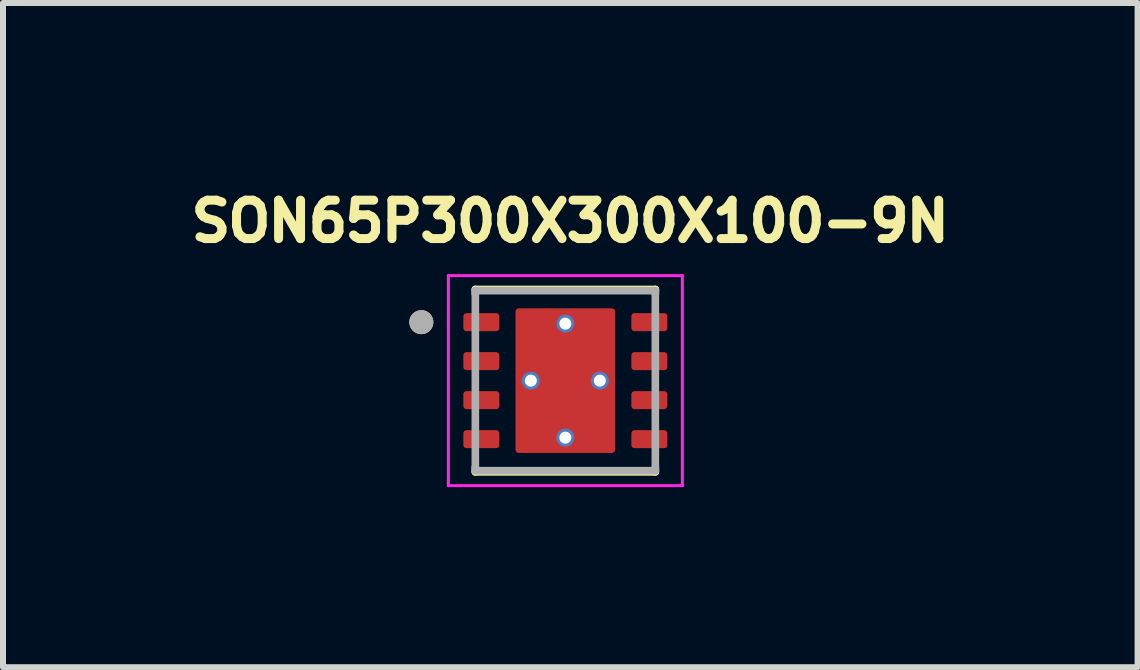
<source format=kicad_pcb>
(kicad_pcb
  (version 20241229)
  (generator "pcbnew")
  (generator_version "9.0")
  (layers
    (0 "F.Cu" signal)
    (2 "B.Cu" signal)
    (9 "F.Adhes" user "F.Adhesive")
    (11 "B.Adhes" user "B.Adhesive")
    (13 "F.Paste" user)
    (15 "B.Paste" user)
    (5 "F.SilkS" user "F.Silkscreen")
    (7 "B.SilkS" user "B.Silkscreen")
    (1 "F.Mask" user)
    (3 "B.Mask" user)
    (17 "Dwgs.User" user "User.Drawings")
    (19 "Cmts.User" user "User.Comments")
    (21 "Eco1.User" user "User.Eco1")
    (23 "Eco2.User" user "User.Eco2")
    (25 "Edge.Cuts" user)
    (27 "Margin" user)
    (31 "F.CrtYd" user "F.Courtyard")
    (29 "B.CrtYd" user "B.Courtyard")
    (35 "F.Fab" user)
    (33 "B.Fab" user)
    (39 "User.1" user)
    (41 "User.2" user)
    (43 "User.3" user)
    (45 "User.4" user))
  (footprint "SON65P300X300X100-9N"
    (layer "F.Cu")
    (at 6.372 3.294)
    (property "Reference" "SON65P300X300X100-9N" (at 0.082 -2.656 0) (layer "F.SilkS") (effects (font (size 0.64 0.64) (thickness 0.15))))
    (attr smd)
    (fp_poly (pts (xy -1.72 -1.195) (xy -1.08 -1.195) (xy -1.077 -1.195) (xy -1.075 -1.195) (xy -1.072 -1.194) (xy -1.07 -1.194) (xy -1.067 -1.193) (xy -1.065 -1.193) (xy -1.062 -1.192) (xy -1.06 -1.191) (xy -1.057 -1.19) (xy -1.055 -1.188) (xy -1.053 -1.187) (xy -1.051 -1.185) (xy -1.049 -1.184) (xy -1.047 -1.182) (xy -1.045 -1.18) (xy -1.043 -1.178) (xy -1.041 -1.176) (xy -1.04 -1.174) (xy -1.038 -1.172) (xy -1.037 -1.17) (xy -1.035 -1.168) (xy -1.034 -1.165) (xy -1.033 -1.163) (xy -1.032 -1.16) (xy -1.032 -1.158) (xy -1.031 -1.155) (xy -1.031 -1.153) (xy -1.03 -1.15) (xy -1.03 -1.148) (xy -1.03 -1.145) (xy -1.03 -0.805) (xy -1.03 -0.802) (xy -1.03 -0.8) (xy -1.031 -0.797) (xy -1.031 -0.795) (xy -1.032 -0.792) (xy -1.032 -0.79) (xy -1.033 -0.787) (xy -1.034 -0.785) (xy -1.035 -0.782) (xy -1.037 -0.78) (xy -1.038 -0.778) (xy -1.04 -0.776) (xy -1.041 -0.774) (xy -1.043 -0.772) (xy -1.045 -0.77) (xy -1.047 -0.768) (xy -1.049 -0.766) (xy -1.051 -0.765) (xy -1.053 -0.763) (xy -1.055 -0.762) (xy -1.057 -0.76) (xy -1.06 -0.759) (xy -1.062 -0.758) (xy -1.065 -0.757) (xy -1.067 -0.757) (xy -1.07 -0.756) (xy -1.072 -0.756) (xy -1.075 -0.755) (xy -1.077 -0.755) (xy -1.08 -0.755) (xy -1.72 -0.755) (xy -1.723 -0.755) (xy -1.725 -0.755) (xy -1.728 -0.756) (xy -1.73 -0.756) (xy -1.733 -0.757) (xy -1.735 -0.757) (xy -1.738 -0.758) (xy -1.74 -0.759) (xy -1.743 -0.76) (xy -1.745 -0.762) (xy -1.747 -0.763) (xy -1.749 -0.765) (xy -1.751 -0.766) (xy -1.753 -0.768) (xy -1.755 -0.77) (xy -1.757 -0.772) (xy -1.759 -0.774) (xy -1.76 -0.776) (xy -1.762 -0.778) (xy -1.763 -0.78) (xy -1.765 -0.782) (xy -1.766 -0.785) (xy -1.767 -0.787) (xy -1.768 -0.79) (xy -1.768 -0.792) (xy -1.769 -0.795) (xy -1.769 -0.797) (xy -1.77 -0.8) (xy -1.77 -0.802) (xy -1.77 -0.805) (xy -1.77 -1.145) (xy -1.77 -1.148) (xy -1.77 -1.15) (xy -1.769 -1.153) (xy -1.769 -1.155) (xy -1.768 -1.158) (xy -1.768 -1.16) (xy -1.767 -1.163) (xy -1.766 -1.165) (xy -1.765 -1.168) (xy -1.763 -1.17) (xy -1.762 -1.172) (xy -1.76 -1.174) (xy -1.759 -1.176) (xy -1.757 -1.178) (xy -1.755 -1.18) (xy -1.753 -1.182) (xy -1.751 -1.184) (xy -1.749 -1.185) (xy -1.747 -1.187) (xy -1.745 -1.188) (xy -1.743 -1.19) (xy -1.74 -1.191) (xy -1.738 -1.192) (xy -1.735 -1.193) (xy -1.733 -1.193) (xy -1.73 -1.194) (xy -1.728 -1.194) (xy -1.725 -1.195) (xy -1.723 -1.195) (xy -1.72 -1.195)) (stroke (width 0.01) (type solid)) (fill yes) (layer "F.Mask"))
    (fp_poly (pts (xy -1.72 -0.545) (xy -1.08 -0.545) (xy -1.077 -0.545) (xy -1.075 -0.545) (xy -1.072 -0.544) (xy -1.07 -0.544) (xy -1.067 -0.543) (xy -1.065 -0.543) (xy -1.062 -0.542) (xy -1.06 -0.541) (xy -1.057 -0.54) (xy -1.055 -0.538) (xy -1.053 -0.537) (xy -1.051 -0.535) (xy -1.049 -0.534) (xy -1.047 -0.532) (xy -1.045 -0.53) (xy -1.043 -0.528) (xy -1.041 -0.526) (xy -1.04 -0.524) (xy -1.038 -0.522) (xy -1.037 -0.52) (xy -1.035 -0.518) (xy -1.034 -0.515) (xy -1.033 -0.513) (xy -1.032 -0.51) (xy -1.032 -0.508) (xy -1.031 -0.505) (xy -1.031 -0.503) (xy -1.03 -0.5) (xy -1.03 -0.498) (xy -1.03 -0.495) (xy -1.03 -0.155) (xy -1.03 -0.152) (xy -1.03 -0.15) (xy -1.031 -0.147) (xy -1.031 -0.145) (xy -1.032 -0.142) (xy -1.032 -0.14) (xy -1.033 -0.137) (xy -1.034 -0.135) (xy -1.035 -0.132) (xy -1.037 -0.13) (xy -1.038 -0.128) (xy -1.04 -0.126) (xy -1.041 -0.124) (xy -1.043 -0.122) (xy -1.045 -0.12) (xy -1.047 -0.118) (xy -1.049 -0.116) (xy -1.051 -0.115) (xy -1.053 -0.113) (xy -1.055 -0.112) (xy -1.057 -0.11) (xy -1.06 -0.109) (xy -1.062 -0.108) (xy -1.065 -0.107) (xy -1.067 -0.107) (xy -1.07 -0.106) (xy -1.072 -0.106) (xy -1.075 -0.105) (xy -1.077 -0.105) (xy -1.08 -0.105) (xy -1.72 -0.105) (xy -1.723 -0.105) (xy -1.725 -0.105) (xy -1.728 -0.106) (xy -1.73 -0.106) (xy -1.733 -0.107) (xy -1.735 -0.107) (xy -1.738 -0.108) (xy -1.74 -0.109) (xy -1.743 -0.11) (xy -1.745 -0.112) (xy -1.747 -0.113) (xy -1.749 -0.115) (xy -1.751 -0.116) (xy -1.753 -0.118) (xy -1.755 -0.12) (xy -1.757 -0.122) (xy -1.759 -0.124) (xy -1.76 -0.126) (xy -1.762 -0.128) (xy -1.763 -0.13) (xy -1.765 -0.132) (xy -1.766 -0.135) (xy -1.767 -0.137) (xy -1.768 -0.14) (xy -1.768 -0.142) (xy -1.769 -0.145) (xy -1.769 -0.147) (xy -1.77 -0.15) (xy -1.77 -0.152) (xy -1.77 -0.155) (xy -1.77 -0.495) (xy -1.77 -0.498) (xy -1.77 -0.5) (xy -1.769 -0.503) (xy -1.769 -0.505) (xy -1.768 -0.508) (xy -1.768 -0.51) (xy -1.767 -0.513) (xy -1.766 -0.515) (xy -1.765 -0.518) (xy -1.763 -0.52) (xy -1.762 -0.522) (xy -1.76 -0.524) (xy -1.759 -0.526) (xy -1.757 -0.528) (xy -1.755 -0.53) (xy -1.753 -0.532) (xy -1.751 -0.534) (xy -1.749 -0.535) (xy -1.747 -0.537) (xy -1.745 -0.538) (xy -1.743 -0.54) (xy -1.74 -0.541) (xy -1.738 -0.542) (xy -1.735 -0.543) (xy -1.733 -0.543) (xy -1.73 -0.544) (xy -1.728 -0.544) (xy -1.725 -0.545) (xy -1.723 -0.545) (xy -1.72 -0.545)) (stroke (width 0.01) (type solid)) (fill yes) (layer "F.Mask"))
    (fp_poly (pts (xy -1.72 0.105) (xy -1.08 0.105) (xy -1.077 0.105) (xy -1.075 0.105) (xy -1.072 0.106) (xy -1.07 0.106) (xy -1.067 0.107) (xy -1.065 0.107) (xy -1.062 0.108) (xy -1.06 0.109) (xy -1.057 0.11) (xy -1.055 0.112) (xy -1.053 0.113) (xy -1.051 0.115) (xy -1.049 0.116) (xy -1.047 0.118) (xy -1.045 0.12) (xy -1.043 0.122) (xy -1.041 0.124) (xy -1.04 0.126) (xy -1.038 0.128) (xy -1.037 0.13) (xy -1.035 0.132) (xy -1.034 0.135) (xy -1.033 0.137) (xy -1.032 0.14) (xy -1.032 0.142) (xy -1.031 0.145) (xy -1.031 0.147) (xy -1.03 0.15) (xy -1.03 0.152) (xy -1.03 0.155) (xy -1.03 0.495) (xy -1.03 0.498) (xy -1.03 0.5) (xy -1.031 0.503) (xy -1.031 0.505) (xy -1.032 0.508) (xy -1.032 0.51) (xy -1.033 0.513) (xy -1.034 0.515) (xy -1.035 0.518) (xy -1.037 0.52) (xy -1.038 0.522) (xy -1.04 0.524) (xy -1.041 0.526) (xy -1.043 0.528) (xy -1.045 0.53) (xy -1.047 0.532) (xy -1.049 0.534) (xy -1.051 0.535) (xy -1.053 0.537) (xy -1.055 0.538) (xy -1.057 0.54) (xy -1.06 0.541) (xy -1.062 0.542) (xy -1.065 0.543) (xy -1.067 0.543) (xy -1.07 0.544) (xy -1.072 0.544) (xy -1.075 0.545) (xy -1.077 0.545) (xy -1.08 0.545) (xy -1.72 0.545) (xy -1.723 0.545) (xy -1.725 0.545) (xy -1.728 0.544) (xy -1.73 0.544) (xy -1.733 0.543) (xy -1.735 0.543) (xy -1.738 0.542) (xy -1.74 0.541) (xy -1.743 0.54) (xy -1.745 0.538) (xy -1.747 0.537) (xy -1.749 0.535) (xy -1.751 0.534) (xy -1.753 0.532) (xy -1.755 0.53) (xy -1.757 0.528) (xy -1.759 0.526) (xy -1.76 0.524) (xy -1.762 0.522) (xy -1.763 0.52) (xy -1.765 0.518) (xy -1.766 0.515) (xy -1.767 0.513) (xy -1.768 0.51) (xy -1.768 0.508) (xy -1.769 0.505) (xy -1.769 0.503) (xy -1.77 0.5) (xy -1.77 0.498) (xy -1.77 0.495) (xy -1.77 0.155) (xy -1.77 0.152) (xy -1.77 0.15) (xy -1.769 0.147) (xy -1.769 0.145) (xy -1.768 0.142) (xy -1.768 0.14) (xy -1.767 0.137) (xy -1.766 0.135) (xy -1.765 0.132) (xy -1.763 0.13) (xy -1.762 0.128) (xy -1.76 0.126) (xy -1.759 0.124) (xy -1.757 0.122) (xy -1.755 0.12) (xy -1.753 0.118) (xy -1.751 0.116) (xy -1.749 0.115) (xy -1.747 0.113) (xy -1.745 0.112) (xy -1.743 0.11) (xy -1.74 0.109) (xy -1.738 0.108) (xy -1.735 0.107) (xy -1.733 0.107) (xy -1.73 0.106) (xy -1.728 0.106) (xy -1.725 0.105) (xy -1.723 0.105) (xy -1.72 0.105)) (stroke (width 0.01) (type solid)) (fill yes) (layer "F.Mask"))
    (fp_poly (pts (xy -1.72 0.755) (xy -1.08 0.755) (xy -1.077 0.755) (xy -1.075 0.755) (xy -1.072 0.756) (xy -1.07 0.756) (xy -1.067 0.757) (xy -1.065 0.757) (xy -1.062 0.758) (xy -1.06 0.759) (xy -1.057 0.76) (xy -1.055 0.762) (xy -1.053 0.763) (xy -1.051 0.765) (xy -1.049 0.766) (xy -1.047 0.768) (xy -1.045 0.77) (xy -1.043 0.772) (xy -1.041 0.774) (xy -1.04 0.776) (xy -1.038 0.778) (xy -1.037 0.78) (xy -1.035 0.782) (xy -1.034 0.785) (xy -1.033 0.787) (xy -1.032 0.79) (xy -1.032 0.792) (xy -1.031 0.795) (xy -1.031 0.797) (xy -1.03 0.8) (xy -1.03 0.802) (xy -1.03 0.805) (xy -1.03 1.145) (xy -1.03 1.148) (xy -1.03 1.15) (xy -1.031 1.153) (xy -1.031 1.155) (xy -1.032 1.158) (xy -1.032 1.16) (xy -1.033 1.163) (xy -1.034 1.165) (xy -1.035 1.168) (xy -1.037 1.17) (xy -1.038 1.172) (xy -1.04 1.174) (xy -1.041 1.176) (xy -1.043 1.178) (xy -1.045 1.18) (xy -1.047 1.182) (xy -1.049 1.184) (xy -1.051 1.185) (xy -1.053 1.187) (xy -1.055 1.188) (xy -1.057 1.19) (xy -1.06 1.191) (xy -1.062 1.192) (xy -1.065 1.193) (xy -1.067 1.193) (xy -1.07 1.194) (xy -1.072 1.194) (xy -1.075 1.195) (xy -1.077 1.195) (xy -1.08 1.195) (xy -1.72 1.195) (xy -1.723 1.195) (xy -1.725 1.195) (xy -1.728 1.194) (xy -1.73 1.194) (xy -1.733 1.193) (xy -1.735 1.193) (xy -1.738 1.192) (xy -1.74 1.191) (xy -1.743 1.19) (xy -1.745 1.188) (xy -1.747 1.187) (xy -1.749 1.185) (xy -1.751 1.184) (xy -1.753 1.182) (xy -1.755 1.18) (xy -1.757 1.178) (xy -1.759 1.176) (xy -1.76 1.174) (xy -1.762 1.172) (xy -1.763 1.17) (xy -1.765 1.168) (xy -1.766 1.165) (xy -1.767 1.163) (xy -1.768 1.16) (xy -1.768 1.158) (xy -1.769 1.155) (xy -1.769 1.153) (xy -1.77 1.15) (xy -1.77 1.148) (xy -1.77 1.145) (xy -1.77 0.805) (xy -1.77 0.802) (xy -1.77 0.8) (xy -1.769 0.797) (xy -1.769 0.795) (xy -1.768 0.792) (xy -1.768 0.79) (xy -1.767 0.787) (xy -1.766 0.785) (xy -1.765 0.782) (xy -1.763 0.78) (xy -1.762 0.778) (xy -1.76 0.776) (xy -1.759 0.774) (xy -1.757 0.772) (xy -1.755 0.77) (xy -1.753 0.768) (xy -1.751 0.766) (xy -1.749 0.765) (xy -1.747 0.763) (xy -1.745 0.762) (xy -1.743 0.76) (xy -1.74 0.759) (xy -1.738 0.758) (xy -1.735 0.757) (xy -1.733 0.757) (xy -1.73 0.756) (xy -1.728 0.756) (xy -1.725 0.755) (xy -1.723 0.755) (xy -1.72 0.755)) (stroke (width 0.01) (type solid)) (fill yes) (layer "F.Mask"))
    (fp_poly (pts (xy 0.895 -1.15) (xy 0.895 1.15) (xy 0.895 1.156) (xy 0.894 1.163) (xy 0.894 1.169) (xy 0.892 1.175) (xy 0.891 1.181) (xy 0.889 1.187) (xy 0.887 1.193) (xy 0.885 1.199) (xy 0.882 1.204) (xy 0.879 1.21) (xy 0.876 1.215) (xy 0.872 1.221) (xy 0.868 1.226) (xy 0.864 1.23) (xy 0.86 1.235) (xy 0.855 1.239) (xy 0.851 1.243) (xy 0.846 1.247) (xy 0.84 1.251) (xy 0.835 1.254) (xy 0.829 1.257) (xy 0.824 1.26) (xy 0.818 1.262) (xy 0.812 1.264) (xy 0.806 1.266) (xy 0.8 1.267) (xy 0.794 1.269) (xy 0.788 1.269) (xy 0.781 1.27) (xy 0.775 1.27) (xy -0.775 1.27) (xy -0.781 1.27) (xy -0.788 1.269) (xy -0.794 1.269) (xy -0.8 1.267) (xy -0.806 1.266) (xy -0.812 1.264) (xy -0.818 1.262) (xy -0.824 1.26) (xy -0.829 1.257) (xy -0.835 1.254) (xy -0.84 1.251) (xy -0.846 1.247) (xy -0.851 1.243) (xy -0.855 1.239) (xy -0.86 1.235) (xy -0.864 1.23) (xy -0.868 1.226) (xy -0.872 1.221) (xy -0.876 1.215) (xy -0.879 1.21) (xy -0.882 1.204) (xy -0.885 1.199) (xy -0.887 1.193) (xy -0.889 1.187) (xy -0.891 1.181) (xy -0.892 1.175) (xy -0.894 1.169) (xy -0.894 1.163) (xy -0.895 1.156) (xy -0.895 1.15) (xy -0.895 -1.15) (xy -0.895 -1.156) (xy -0.894 -1.163) (xy -0.894 -1.169) (xy -0.892 -1.175) (xy -0.891 -1.181) (xy -0.889 -1.187) (xy -0.887 -1.193) (xy -0.885 -1.199) (xy -0.882 -1.204) (xy -0.879 -1.21) (xy -0.876 -1.215) (xy -0.872 -1.221) (xy -0.868 -1.226) (xy -0.864 -1.23) (xy -0.86 -1.235) (xy -0.855 -1.239) (xy -0.851 -1.243) (xy -0.846 -1.247) (xy -0.84 -1.251) (xy -0.835 -1.254) (xy -0.829 -1.257) (xy -0.824 -1.26) (xy -0.818 -1.262) (xy -0.812 -1.264) (xy -0.806 -1.266) (xy -0.8 -1.267) (xy -0.794 -1.269) (xy -0.788 -1.269) (xy -0.781 -1.27) (xy -0.775 -1.27) (xy 0.775 -1.27) (xy 0.781 -1.27) (xy 0.788 -1.269) (xy 0.794 -1.269) (xy 0.8 -1.267) (xy 0.806 -1.266) (xy 0.812 -1.264) (xy 0.818 -1.262) (xy 0.824 -1.26) (xy 0.829 -1.257) (xy 0.835 -1.254) (xy 0.84 -1.251) (xy 0.846 -1.247) (xy 0.851 -1.243) (xy 0.855 -1.239) (xy 0.86 -1.235) (xy 0.864 -1.23) (xy 0.868 -1.226) (xy 0.872 -1.221) (xy 0.876 -1.215) (xy 0.879 -1.21) (xy 0.882 -1.204) (xy 0.885 -1.199) (xy 0.887 -1.193) (xy 0.889 -1.187) (xy 0.891 -1.181) (xy 0.892 -1.175) (xy 0.894 -1.169) (xy 0.894 -1.163) (xy 0.895 -1.156) (xy 0.895 -1.15)) (stroke (width 0.01) (type solid)) (fill yes) (layer "F.Mask"))
    (fp_poly (pts (xy 1.03 -0.805) (xy 1.03 -1.145) (xy 1.03 -1.148) (xy 1.03 -1.15) (xy 1.031 -1.153) (xy 1.031 -1.155) (xy 1.032 -1.158) (xy 1.032 -1.16) (xy 1.033 -1.163) (xy 1.034 -1.165) (xy 1.035 -1.168) (xy 1.037 -1.17) (xy 1.038 -1.172) (xy 1.04 -1.174) (xy 1.041 -1.176) (xy 1.043 -1.178) (xy 1.045 -1.18) (xy 1.047 -1.182) (xy 1.049 -1.184) (xy 1.051 -1.185) (xy 1.053 -1.187) (xy 1.055 -1.188) (xy 1.057 -1.19) (xy 1.06 -1.191) (xy 1.062 -1.192) (xy 1.065 -1.193) (xy 1.067 -1.193) (xy 1.07 -1.194) (xy 1.072 -1.194) (xy 1.075 -1.195) (xy 1.077 -1.195) (xy 1.08 -1.195) (xy 1.72 -1.195) (xy 1.723 -1.195) (xy 1.725 -1.195) (xy 1.728 -1.194) (xy 1.73 -1.194) (xy 1.733 -1.193) (xy 1.735 -1.193) (xy 1.738 -1.192) (xy 1.74 -1.191) (xy 1.743 -1.19) (xy 1.745 -1.188) (xy 1.747 -1.187) (xy 1.749 -1.185) (xy 1.751 -1.184) (xy 1.753 -1.182) (xy 1.755 -1.18) (xy 1.757 -1.178) (xy 1.759 -1.176) (xy 1.76 -1.174) (xy 1.762 -1.172) (xy 1.763 -1.17) (xy 1.765 -1.168) (xy 1.766 -1.165) (xy 1.767 -1.163) (xy 1.768 -1.16) (xy 1.768 -1.158) (xy 1.769 -1.155) (xy 1.769 -1.153) (xy 1.77 -1.15) (xy 1.77 -1.148) (xy 1.77 -1.145) (xy 1.77 -0.805) (xy 1.77 -0.802) (xy 1.77 -0.8) (xy 1.769 -0.797) (xy 1.769 -0.795) (xy 1.768 -0.792) (xy 1.768 -0.79) (xy 1.767 -0.787) (xy 1.766 -0.785) (xy 1.765 -0.782) (xy 1.763 -0.78) (xy 1.762 -0.778) (xy 1.76 -0.776) (xy 1.759 -0.774) (xy 1.757 -0.772) (xy 1.755 -0.77) (xy 1.753 -0.768) (xy 1.751 -0.766) (xy 1.749 -0.765) (xy 1.747 -0.763) (xy 1.745 -0.762) (xy 1.743 -0.76) (xy 1.74 -0.759) (xy 1.738 -0.758) (xy 1.735 -0.757) (xy 1.733 -0.757) (xy 1.73 -0.756) (xy 1.728 -0.756) (xy 1.725 -0.755) (xy 1.723 -0.755) (xy 1.72 -0.755) (xy 1.08 -0.755) (xy 1.077 -0.755) (xy 1.075 -0.755) (xy 1.072 -0.756) (xy 1.07 -0.756) (xy 1.067 -0.757) (xy 1.065 -0.757) (xy 1.062 -0.758) (xy 1.06 -0.759) (xy 1.057 -0.76) (xy 1.055 -0.762) (xy 1.053 -0.763) (xy 1.051 -0.765) (xy 1.049 -0.766) (xy 1.047 -0.768) (xy 1.045 -0.77) (xy 1.043 -0.772) (xy 1.041 -0.774) (xy 1.04 -0.776) (xy 1.038 -0.778) (xy 1.037 -0.78) (xy 1.035 -0.782) (xy 1.034 -0.785) (xy 1.033 -0.787) (xy 1.032 -0.79) (xy 1.032 -0.792) (xy 1.031 -0.795) (xy 1.031 -0.797) (xy 1.03 -0.8) (xy 1.03 -0.802) (xy 1.03 -0.805)) (stroke (width 0.01) (type solid)) (fill yes) (layer "F.Mask"))
    (fp_poly (pts (xy 1.08 -0.545) (xy 1.72 -0.545) (xy 1.723 -0.545) (xy 1.725 -0.545) (xy 1.728 -0.544) (xy 1.73 -0.544) (xy 1.733 -0.543) (xy 1.735 -0.543) (xy 1.738 -0.542) (xy 1.74 -0.541) (xy 1.743 -0.54) (xy 1.745 -0.538) (xy 1.747 -0.537) (xy 1.749 -0.535) (xy 1.751 -0.534) (xy 1.753 -0.532) (xy 1.755 -0.53) (xy 1.757 -0.528) (xy 1.759 -0.526) (xy 1.76 -0.524) (xy 1.762 -0.522) (xy 1.763 -0.52) (xy 1.765 -0.518) (xy 1.766 -0.515) (xy 1.767 -0.513) (xy 1.768 -0.51) (xy 1.768 -0.508) (xy 1.769 -0.505) (xy 1.769 -0.503) (xy 1.77 -0.5) (xy 1.77 -0.498) (xy 1.77 -0.495) (xy 1.77 -0.155) (xy 1.77 -0.152) (xy 1.77 -0.15) (xy 1.769 -0.147) (xy 1.769 -0.145) (xy 1.768 -0.142) (xy 1.768 -0.14) (xy 1.767 -0.137) (xy 1.766 -0.135) (xy 1.765 -0.132) (xy 1.763 -0.13) (xy 1.762 -0.128) (xy 1.76 -0.126) (xy 1.759 -0.124) (xy 1.757 -0.122) (xy 1.755 -0.12) (xy 1.753 -0.118) (xy 1.751 -0.116) (xy 1.749 -0.115) (xy 1.747 -0.113) (xy 1.745 -0.112) (xy 1.743 -0.11) (xy 1.74 -0.109) (xy 1.738 -0.108) (xy 1.735 -0.107) (xy 1.733 -0.107) (xy 1.73 -0.106) (xy 1.728 -0.106) (xy 1.725 -0.105) (xy 1.723 -0.105) (xy 1.72 -0.105) (xy 1.08 -0.105) (xy 1.077 -0.105) (xy 1.075 -0.105) (xy 1.072 -0.106) (xy 1.07 -0.106) (xy 1.067 -0.107) (xy 1.065 -0.107) (xy 1.062 -0.108) (xy 1.06 -0.109) (xy 1.057 -0.11) (xy 1.055 -0.112) (xy 1.053 -0.113) (xy 1.051 -0.115) (xy 1.049 -0.116) (xy 1.047 -0.118) (xy 1.045 -0.12) (xy 1.043 -0.122) (xy 1.041 -0.124) (xy 1.04 -0.126) (xy 1.038 -0.128) (xy 1.037 -0.13) (xy 1.035 -0.132) (xy 1.034 -0.135) (xy 1.033 -0.137) (xy 1.032 -0.14) (xy 1.032 -0.142) (xy 1.031 -0.145) (xy 1.031 -0.147) (xy 1.03 -0.15) (xy 1.03 -0.152) (xy 1.03 -0.155) (xy 1.03 -0.495) (xy 1.03 -0.498) (xy 1.03 -0.5) (xy 1.031 -0.503) (xy 1.031 -0.505) (xy 1.032 -0.508) (xy 1.032 -0.51) (xy 1.033 -0.513) (xy 1.034 -0.515) (xy 1.035 -0.518) (xy 1.037 -0.52) (xy 1.038 -0.522) (xy 1.04 -0.524) (xy 1.041 -0.526) (xy 1.043 -0.528) (xy 1.045 -0.53) (xy 1.047 -0.532) (xy 1.049 -0.534) (xy 1.051 -0.535) (xy 1.053 -0.537) (xy 1.055 -0.538) (xy 1.057 -0.54) (xy 1.06 -0.541) (xy 1.062 -0.542) (xy 1.065 -0.543) (xy 1.067 -0.543) (xy 1.07 -0.544) (xy 1.072 -0.544) (xy 1.075 -0.545) (xy 1.077 -0.545) (xy 1.08 -0.545)) (stroke (width 0.01) (type solid)) (fill yes) (layer "F.Mask"))
    (fp_poly (pts (xy 1.08 0.105) (xy 1.72 0.105) (xy 1.723 0.105) (xy 1.725 0.105) (xy 1.728 0.106) (xy 1.73 0.106) (xy 1.733 0.107) (xy 1.735 0.107) (xy 1.738 0.108) (xy 1.74 0.109) (xy 1.743 0.11) (xy 1.745 0.112) (xy 1.747 0.113) (xy 1.749 0.115) (xy 1.751 0.116) (xy 1.753 0.118) (xy 1.755 0.12) (xy 1.757 0.122) (xy 1.759 0.124) (xy 1.76 0.126) (xy 1.762 0.128) (xy 1.763 0.13) (xy 1.765 0.132) (xy 1.766 0.135) (xy 1.767 0.137) (xy 1.768 0.14) (xy 1.768 0.142) (xy 1.769 0.145) (xy 1.769 0.147) (xy 1.77 0.15) (xy 1.77 0.152) (xy 1.77 0.155) (xy 1.77 0.495) (xy 1.77 0.498) (xy 1.77 0.5) (xy 1.769 0.503) (xy 1.769 0.505) (xy 1.768 0.508) (xy 1.768 0.51) (xy 1.767 0.513) (xy 1.766 0.515) (xy 1.765 0.518) (xy 1.763 0.52) (xy 1.762 0.522) (xy 1.76 0.524) (xy 1.759 0.526) (xy 1.757 0.528) (xy 1.755 0.53) (xy 1.753 0.532) (xy 1.751 0.534) (xy 1.749 0.535) (xy 1.747 0.537) (xy 1.745 0.538) (xy 1.743 0.54) (xy 1.74 0.541) (xy 1.738 0.542) (xy 1.735 0.543) (xy 1.733 0.543) (xy 1.73 0.544) (xy 1.728 0.544) (xy 1.725 0.545) (xy 1.723 0.545) (xy 1.72 0.545) (xy 1.08 0.545) (xy 1.077 0.545) (xy 1.075 0.545) (xy 1.072 0.544) (xy 1.07 0.544) (xy 1.067 0.543) (xy 1.065 0.543) (xy 1.062 0.542) (xy 1.06 0.541) (xy 1.057 0.54) (xy 1.055 0.538) (xy 1.053 0.537) (xy 1.051 0.535) (xy 1.049 0.534) (xy 1.047 0.532) (xy 1.045 0.53) (xy 1.043 0.528) (xy 1.041 0.526) (xy 1.04 0.524) (xy 1.038 0.522) (xy 1.037 0.52) (xy 1.035 0.518) (xy 1.034 0.515) (xy 1.033 0.513) (xy 1.032 0.51) (xy 1.032 0.508) (xy 1.031 0.505) (xy 1.031 0.503) (xy 1.03 0.5) (xy 1.03 0.498) (xy 1.03 0.495) (xy 1.03 0.155) (xy 1.03 0.152) (xy 1.03 0.15) (xy 1.031 0.147) (xy 1.031 0.145) (xy 1.032 0.142) (xy 1.032 0.14) (xy 1.033 0.137) (xy 1.034 0.135) (xy 1.035 0.132) (xy 1.037 0.13) (xy 1.038 0.128) (xy 1.04 0.126) (xy 1.041 0.124) (xy 1.043 0.122) (xy 1.045 0.12) (xy 1.047 0.118) (xy 1.049 0.116) (xy 1.051 0.115) (xy 1.053 0.113) (xy 1.055 0.112) (xy 1.057 0.11) (xy 1.06 0.109) (xy 1.062 0.108) (xy 1.065 0.107) (xy 1.067 0.107) (xy 1.07 0.106) (xy 1.072 0.106) (xy 1.075 0.105) (xy 1.077 0.105) (xy 1.08 0.105)) (stroke (width 0.01) (type solid)) (fill yes) (layer "F.Mask"))
    (fp_poly (pts (xy 1.08 0.755) (xy 1.72 0.755) (xy 1.723 0.755) (xy 1.725 0.755) (xy 1.728 0.756) (xy 1.73 0.756) (xy 1.733 0.757) (xy 1.735 0.757) (xy 1.738 0.758) (xy 1.74 0.759) (xy 1.743 0.76) (xy 1.745 0.762) (xy 1.747 0.763) (xy 1.749 0.765) (xy 1.751 0.766) (xy 1.753 0.768) (xy 1.755 0.77) (xy 1.757 0.772) (xy 1.759 0.774) (xy 1.76 0.776) (xy 1.762 0.778) (xy 1.763 0.78) (xy 1.765 0.782) (xy 1.766 0.785) (xy 1.767 0.787) (xy 1.768 0.79) (xy 1.768 0.792) (xy 1.769 0.795) (xy 1.769 0.797) (xy 1.77 0.8) (xy 1.77 0.802) (xy 1.77 0.805) (xy 1.77 1.145) (xy 1.77 1.148) (xy 1.77 1.15) (xy 1.769 1.153) (xy 1.769 1.155) (xy 1.768 1.158) (xy 1.768 1.16) (xy 1.767 1.163) (xy 1.766 1.165) (xy 1.765 1.168) (xy 1.763 1.17) (xy 1.762 1.172) (xy 1.76 1.174) (xy 1.759 1.176) (xy 1.757 1.178) (xy 1.755 1.18) (xy 1.753 1.182) (xy 1.751 1.184) (xy 1.749 1.185) (xy 1.747 1.187) (xy 1.745 1.188) (xy 1.743 1.19) (xy 1.74 1.191) (xy 1.738 1.192) (xy 1.735 1.193) (xy 1.733 1.193) (xy 1.73 1.194) (xy 1.728 1.194) (xy 1.725 1.195) (xy 1.723 1.195) (xy 1.72 1.195) (xy 1.08 1.195) (xy 1.077 1.195) (xy 1.075 1.195) (xy 1.072 1.194) (xy 1.07 1.194) (xy 1.067 1.193) (xy 1.065 1.193) (xy 1.062 1.192) (xy 1.06 1.191) (xy 1.057 1.19) (xy 1.055 1.188) (xy 1.053 1.187) (xy 1.051 1.185) (xy 1.049 1.184) (xy 1.047 1.182) (xy 1.045 1.18) (xy 1.043 1.178) (xy 1.041 1.176) (xy 1.04 1.174) (xy 1.038 1.172) (xy 1.037 1.17) (xy 1.035 1.168) (xy 1.034 1.165) (xy 1.033 1.163) (xy 1.032 1.16) (xy 1.032 1.158) (xy 1.031 1.155) (xy 1.031 1.153) (xy 1.03 1.15) (xy 1.03 1.148) (xy 1.03 1.145) (xy 1.03 0.805) (xy 1.03 0.802) (xy 1.03 0.8) (xy 1.031 0.797) (xy 1.031 0.795) (xy 1.032 0.792) (xy 1.032 0.79) (xy 1.033 0.787) (xy 1.034 0.785) (xy 1.035 0.782) (xy 1.037 0.78) (xy 1.038 0.778) (xy 1.04 0.776) (xy 1.041 0.774) (xy 1.043 0.772) (xy 1.045 0.77) (xy 1.047 0.768) (xy 1.049 0.766) (xy 1.051 0.765) (xy 1.053 0.763) (xy 1.055 0.762) (xy 1.057 0.76) (xy 1.06 0.759) (xy 1.062 0.758) (xy 1.065 0.757) (xy 1.067 0.757) (xy 1.07 0.756) (xy 1.072 0.756) (xy 1.075 0.755) (xy 1.077 0.755) (xy 1.08 0.755)) (stroke (width 0.01) (type solid)) (fill yes) (layer "F.Mask"))
    (fp_line (start -1.5 -1.52) (end -1.5 -1.445) (stroke (width 0.127) (type solid)) (layer "F.SilkS"))
    (fp_line (start -1.5 -1.52) (end 1.5 -1.52) (stroke (width 0.127) (type solid)) (layer "F.SilkS"))
    (fp_line (start -1.5 1.52) (end -1.5 1.445) (stroke (width 0.127) (type solid)) (layer "F.SilkS"))
    (fp_line (start -1.5 1.52) (end 1.5 1.52) (stroke (width 0.127) (type solid)) (layer "F.SilkS"))
    (fp_line (start 1.5 -1.52) (end 1.5 -1.445) (stroke (width 0.127) (type solid)) (layer "F.SilkS"))
    (fp_line (start 1.5 1.52) (end 1.5 1.445) (stroke (width 0.127) (type solid)) (layer "F.SilkS"))
    (fp_circle (center -2.4 -0.975) (end -2.3 -0.975) (stroke (width 0.2) (type solid)) (fill no) (layer "F.SilkS"))
    (fp_poly (pts (xy -0.685 -1.16) (xy 0.685 -1.16) (xy 0.688 -1.16) (xy 0.69 -1.16) (xy 0.693 -1.159) (xy 0.695 -1.159) (xy 0.698 -1.158) (xy 0.7 -1.158) (xy 0.703 -1.157) (xy 0.705 -1.156) (xy 0.708 -1.155) (xy 0.71 -1.153) (xy 0.712 -1.152) (xy 0.714 -1.15) (xy 0.716 -1.149) (xy 0.718 -1.147) (xy 0.72 -1.145) (xy 0.722 -1.143) (xy 0.724 -1.141) (xy 0.725 -1.139) (xy 0.727 -1.137) (xy 0.728 -1.135) (xy 0.73 -1.133) (xy 0.731 -1.13) (xy 0.732 -1.128) (xy 0.733 -1.125) (xy 0.733 -1.123) (xy 0.734 -1.12) (xy 0.734 -1.118) (xy 0.735 -1.115) (xy 0.735 -1.113) (xy 0.735 -1.11) (xy 0.735 -0.15) (xy 0.735 -0.147) (xy 0.735 -0.145) (xy 0.734 -0.142) (xy 0.734 -0.14) (xy 0.733 -0.137) (xy 0.733 -0.135) (xy 0.732 -0.132) (xy 0.731 -0.13) (xy 0.73 -0.127) (xy 0.728 -0.125) (xy 0.727 -0.123) (xy 0.725 -0.121) (xy 0.724 -0.119) (xy 0.722 -0.117) (xy 0.72 -0.115) (xy 0.718 -0.113) (xy 0.716 -0.111) (xy 0.714 -0.11) (xy 0.712 -0.108) (xy 0.71 -0.107) (xy 0.708 -0.105) (xy 0.705 -0.104) (xy 0.703 -0.103) (xy 0.7 -0.102) (xy 0.698 -0.102) (xy 0.695 -0.101) (xy 0.693 -0.101) (xy 0.69 -0.1) (xy 0.688 -0.1) (xy 0.685 -0.1) (xy -0.685 -0.1) (xy -0.688 -0.1) (xy -0.69 -0.1) (xy -0.693 -0.101) (xy -0.695 -0.101) (xy -0.698 -0.102) (xy -0.7 -0.102) (xy -0.703 -0.103) (xy -0.705 -0.104) (xy -0.708 -0.105) (xy -0.71 -0.107) (xy -0.712 -0.108) (xy -0.714 -0.11) (xy -0.716 -0.111) (xy -0.718 -0.113) (xy -0.72 -0.115) (xy -0.722 -0.117) (xy -0.724 -0.119) (xy -0.725 -0.121) (xy -0.727 -0.123) (xy -0.728 -0.125) (xy -0.73 -0.127) (xy -0.731 -0.13) (xy -0.732 -0.132) (xy -0.733 -0.135) (xy -0.733 -0.137) (xy -0.734 -0.14) (xy -0.734 -0.142) (xy -0.735 -0.145) (xy -0.735 -0.147) (xy -0.735 -0.15) (xy -0.735 -1.11) (xy -0.735 -1.113) (xy -0.735 -1.115) (xy -0.734 -1.118) (xy -0.734 -1.12) (xy -0.733 -1.123) (xy -0.733 -1.125) (xy -0.732 -1.128) (xy -0.731 -1.13) (xy -0.73 -1.133) (xy -0.728 -1.135) (xy -0.727 -1.137) (xy -0.725 -1.139) (xy -0.724 -1.141) (xy -0.722 -1.143) (xy -0.72 -1.145) (xy -0.718 -1.147) (xy -0.716 -1.149) (xy -0.714 -1.15) (xy -0.712 -1.152) (xy -0.71 -1.153) (xy -0.708 -1.155) (xy -0.705 -1.156) (xy -0.703 -1.157) (xy -0.7 -1.158) (xy -0.698 -1.158) (xy -0.695 -1.159) (xy -0.693 -1.159) (xy -0.69 -1.16) (xy -0.688 -1.16) (xy -0.685 -1.16)) (stroke (width 0.01) (type solid)) (fill yes) (layer "F.Paste"))
    (fp_poly (pts (xy -0.685 0.1) (xy 0.685 0.1) (xy 0.688 0.1) (xy 0.69 0.1) (xy 0.693 0.101) (xy 0.695 0.101) (xy 0.698 0.102) (xy 0.7 0.102) (xy 0.703 0.103) (xy 0.705 0.104) (xy 0.708 0.105) (xy 0.71 0.107) (xy 0.712 0.108) (xy 0.714 0.11) (xy 0.716 0.111) (xy 0.718 0.113) (xy 0.72 0.115) (xy 0.722 0.117) (xy 0.724 0.119) (xy 0.725 0.121) (xy 0.727 0.123) (xy 0.728 0.125) (xy 0.73 0.127) (xy 0.731 0.13) (xy 0.732 0.132) (xy 0.733 0.135) (xy 0.733 0.137) (xy 0.734 0.14) (xy 0.734 0.142) (xy 0.735 0.145) (xy 0.735 0.147) (xy 0.735 0.15) (xy 0.735 1.11) (xy 0.735 1.113) (xy 0.735 1.115) (xy 0.734 1.118) (xy 0.734 1.12) (xy 0.733 1.123) (xy 0.733 1.125) (xy 0.732 1.128) (xy 0.731 1.13) (xy 0.73 1.133) (xy 0.728 1.135) (xy 0.727 1.137) (xy 0.725 1.139) (xy 0.724 1.141) (xy 0.722 1.143) (xy 0.72 1.145) (xy 0.718 1.147) (xy 0.716 1.149) (xy 0.714 1.15) (xy 0.712 1.152) (xy 0.71 1.153) (xy 0.708 1.155) (xy 0.705 1.156) (xy 0.703 1.157) (xy 0.7 1.158) (xy 0.698 1.158) (xy 0.695 1.159) (xy 0.693 1.159) (xy 0.69 1.16) (xy 0.688 1.16) (xy 0.685 1.16) (xy -0.685 1.16) (xy -0.688 1.16) (xy -0.69 1.16) (xy -0.693 1.159) (xy -0.695 1.159) (xy -0.698 1.158) (xy -0.7 1.158) (xy -0.703 1.157) (xy -0.705 1.156) (xy -0.708 1.155) (xy -0.71 1.153) (xy -0.712 1.152) (xy -0.714 1.15) (xy -0.716 1.149) (xy -0.718 1.147) (xy -0.72 1.145) (xy -0.722 1.143) (xy -0.724 1.141) (xy -0.725 1.139) (xy -0.727 1.137) (xy -0.728 1.135) (xy -0.73 1.133) (xy -0.731 1.13) (xy -0.732 1.128) (xy -0.733 1.125) (xy -0.733 1.123) (xy -0.734 1.12) (xy -0.734 1.118) (xy -0.735 1.115) (xy -0.735 1.113) (xy -0.735 1.11) (xy -0.735 0.15) (xy -0.735 0.147) (xy -0.735 0.145) (xy -0.734 0.142) (xy -0.734 0.14) (xy -0.733 0.137) (xy -0.733 0.135) (xy -0.732 0.132) (xy -0.731 0.13) (xy -0.73 0.127) (xy -0.728 0.125) (xy -0.727 0.123) (xy -0.725 0.121) (xy -0.724 0.119) (xy -0.722 0.117) (xy -0.72 0.115) (xy -0.718 0.113) (xy -0.716 0.111) (xy -0.714 0.11) (xy -0.712 0.108) (xy -0.71 0.107) (xy -0.708 0.105) (xy -0.705 0.104) (xy -0.703 0.103) (xy -0.7 0.102) (xy -0.698 0.102) (xy -0.695 0.101) (xy -0.693 0.101) (xy -0.69 0.1) (xy -0.688 0.1) (xy -0.685 0.1)) (stroke (width 0.01) (type solid)) (fill yes) (layer "F.Paste"))
    (fp_line (start -1.95 -1.75) (end -1.95 1.75) (stroke (width 0.05) (type solid)) (layer "F.CrtYd"))
    (fp_line (start -1.95 1.75) (end 1.95 1.75) (stroke (width 0.05) (type solid)) (layer "F.CrtYd"))
    (fp_line (start 1.95 -1.75) (end -1.95 -1.75) (stroke (width 0.05) (type solid)) (layer "F.CrtYd"))
    (fp_line (start 1.95 1.75) (end 1.95 -1.75) (stroke (width 0.05) (type solid)) (layer "F.CrtYd"))
    (fp_line (start -1.5 -1.5) (end -1.5 1.5) (stroke (width 0.127) (type solid)) (layer "F.Fab"))
    (fp_line (start -1.5 -1.5) (end 1.5 -1.5) (stroke (width 0.127) (type solid)) (layer "F.Fab"))
    (fp_line (start -1.5 1.5) (end 1.5 1.5) (stroke (width 0.127) (type solid)) (layer "F.Fab"))
    (fp_line (start 1.5 -1.5) (end 1.5 1.5) (stroke (width 0.127) (type solid)) (layer "F.Fab"))
    (fp_circle (center -2.4 -0.975) (end -2.3 -0.975) (stroke (width 0.2) (type solid)) (fill no) (layer "F.Fab"))
    (pad "1" smd roundrect (at -1.4 -0.975) (size 0.6 0.3) (layers "F.Cu" "F.Paste") (roundrect_rratio 0.175))
    (pad "2" smd roundrect (at -1.4 -0.325) (size 0.6 0.3) (layers "F.Cu" "F.Paste") (roundrect_rratio 0.175))
    (pad "3" smd roundrect (at -1.4 0.325) (size 0.6 0.3) (layers "F.Cu" "F.Paste") (roundrect_rratio 0.175))
    (pad "4" smd roundrect (at -1.4 0.975) (size 0.6 0.3) (layers "F.Cu" "F.Paste") (roundrect_rratio 0.175))
    (pad "5" smd roundrect (at 1.4 0.975) (size 0.6 0.3) (layers "F.Cu" "F.Paste") (roundrect_rratio 0.175))
    (pad "6" smd roundrect (at 1.4 0.325) (size 0.6 0.3) (layers "F.Cu" "F.Paste") (roundrect_rratio 0.175))
    (pad "7" smd roundrect (at 1.4 -0.325) (size 0.6 0.3) (layers "F.Cu" "F.Paste") (roundrect_rratio 0.175))
    (pad "8" smd roundrect (at 1.4 -0.975) (size 0.6 0.3) (layers "F.Cu" "F.Paste") (roundrect_rratio 0.175))
    (pad "9" smd custom (at 0 0) (size 0.5 0.5) (layers "F.Cu") (options (anchor rect)) (primitives (gr_poly (pts (xy 0.825 -1.15) (xy 0.825 1.15) (xy 0.825 1.153) (xy 0.825 1.155) (xy 0.824 1.158) (xy 0.824 1.16) (xy 0.823 1.163) (xy 0.823 1.165) (xy 0.822 1.168) (xy 0.821 1.17) (xy 0.82 1.173) (xy 0.818 1.175) (xy 0.817 1.177) (xy 0.815 1.179) (xy 0.814 1.181) (xy 0.812 1.183) (xy 0.81 1.185) (xy 0.808 1.187) (xy 0.806 1.189) (xy 0.804 1.19) (xy 0.802 1.192) (xy 0.8 1.193) (xy 0.798 1.195) (xy 0.795 1.196) (xy 0.793 1.197) (xy 0.79 1.198) (xy 0.788 1.198) (xy 0.785 1.199) (xy 0.783 1.199) (xy 0.78 1.2) (xy 0.778 1.2) (xy 0.775 1.2) (xy -0.775 1.2) (xy -0.778 1.2) (xy -0.78 1.2) (xy -0.783 1.199) (xy -0.785 1.199) (xy -0.788 1.198) (xy -0.79 1.198) (xy -0.793 1.197) (xy -0.795 1.196) (xy -0.798 1.195) (xy -0.8 1.193) (xy -0.802 1.192) (xy -0.804 1.19) (xy -0.806 1.189) (xy -0.808 1.187) (xy -0.81 1.185) (xy -0.812 1.183) (xy -0.814 1.181) (xy -0.815 1.179) (xy -0.817 1.177) (xy -0.818 1.175) (xy -0.82 1.173) (xy -0.821 1.17) (xy -0.822 1.168) (xy -0.823 1.165) (xy -0.823 1.163) (xy -0.824 1.16) (xy -0.824 1.158) (xy -0.825 1.155) (xy -0.825 1.153) (xy -0.825 1.15) (xy -0.825 -1.15) (xy -0.825 -1.153) (xy -0.825 -1.155) (xy -0.824 -1.158) (xy -0.824 -1.16) (xy -0.823 -1.163) (xy -0.823 -1.165) (xy -0.822 -1.168) (xy -0.821 -1.17) (xy -0.82 -1.173) (xy -0.818 -1.175) (xy -0.817 -1.177) (xy -0.815 -1.179) (xy -0.814 -1.181) (xy -0.812 -1.183) (xy -0.81 -1.185) (xy -0.808 -1.187) (xy -0.806 -1.189) (xy -0.804 -1.19) (xy -0.802 -1.192) (xy -0.8 -1.193) (xy -0.798 -1.195) (xy -0.795 -1.196) (xy -0.793 -1.197) (xy -0.79 -1.198) (xy -0.788 -1.198) (xy -0.785 -1.199) (xy -0.783 -1.199) (xy -0.78 -1.2) (xy -0.778 -1.2) (xy -0.775 -1.2) (xy 0.775 -1.2) (xy 0.778 -1.2) (xy 0.78 -1.2) (xy 0.783 -1.199) (xy 0.785 -1.199) (xy 0.788 -1.198) (xy 0.79 -1.198) (xy 0.793 -1.197) (xy 0.795 -1.196) (xy 0.798 -1.195) (xy 0.8 -1.193) (xy 0.802 -1.192) (xy 0.804 -1.19) (xy 0.806 -1.189) (xy 0.808 -1.187) (xy 0.81 -1.185) (xy 0.812 -1.183) (xy 0.814 -1.181) (xy 0.815 -1.179) (xy 0.817 -1.177) (xy 0.818 -1.175) (xy 0.82 -1.173) (xy 0.821 -1.17) (xy 0.822 -1.168) (xy 0.823 -1.165) (xy 0.823 -1.163) (xy 0.824 -1.16) (xy 0.824 -1.158) (xy 0.825 -1.155) (xy 0.825 -1.153) (xy 0.825 -1.15)) (width 0.01) (fill yes))))
    (pad "10" thru_hole circle (at 0 -0.95) (size 0.3 0.3) (drill 0.2) (layers "*.Cu"))
    (pad "11" thru_hole circle (at 0.575 0) (size 0.3 0.3) (drill 0.2) (layers "*.Cu"))
    (pad "12" thru_hole circle (at -0.575 0) (size 0.3 0.3) (drill 0.2) (layers "*.Cu"))
    (pad "13" thru_hole circle (at 0 0.95) (size 0.3 0.3) (drill 0.2) (layers "*.Cu")))
  (gr_rect
    (start -3 -3)
    (end 15.909 8.069)
    (stroke (width 0.1) (type default))
    (fill no)
    (layer "Edge.Cuts")))
</source>
